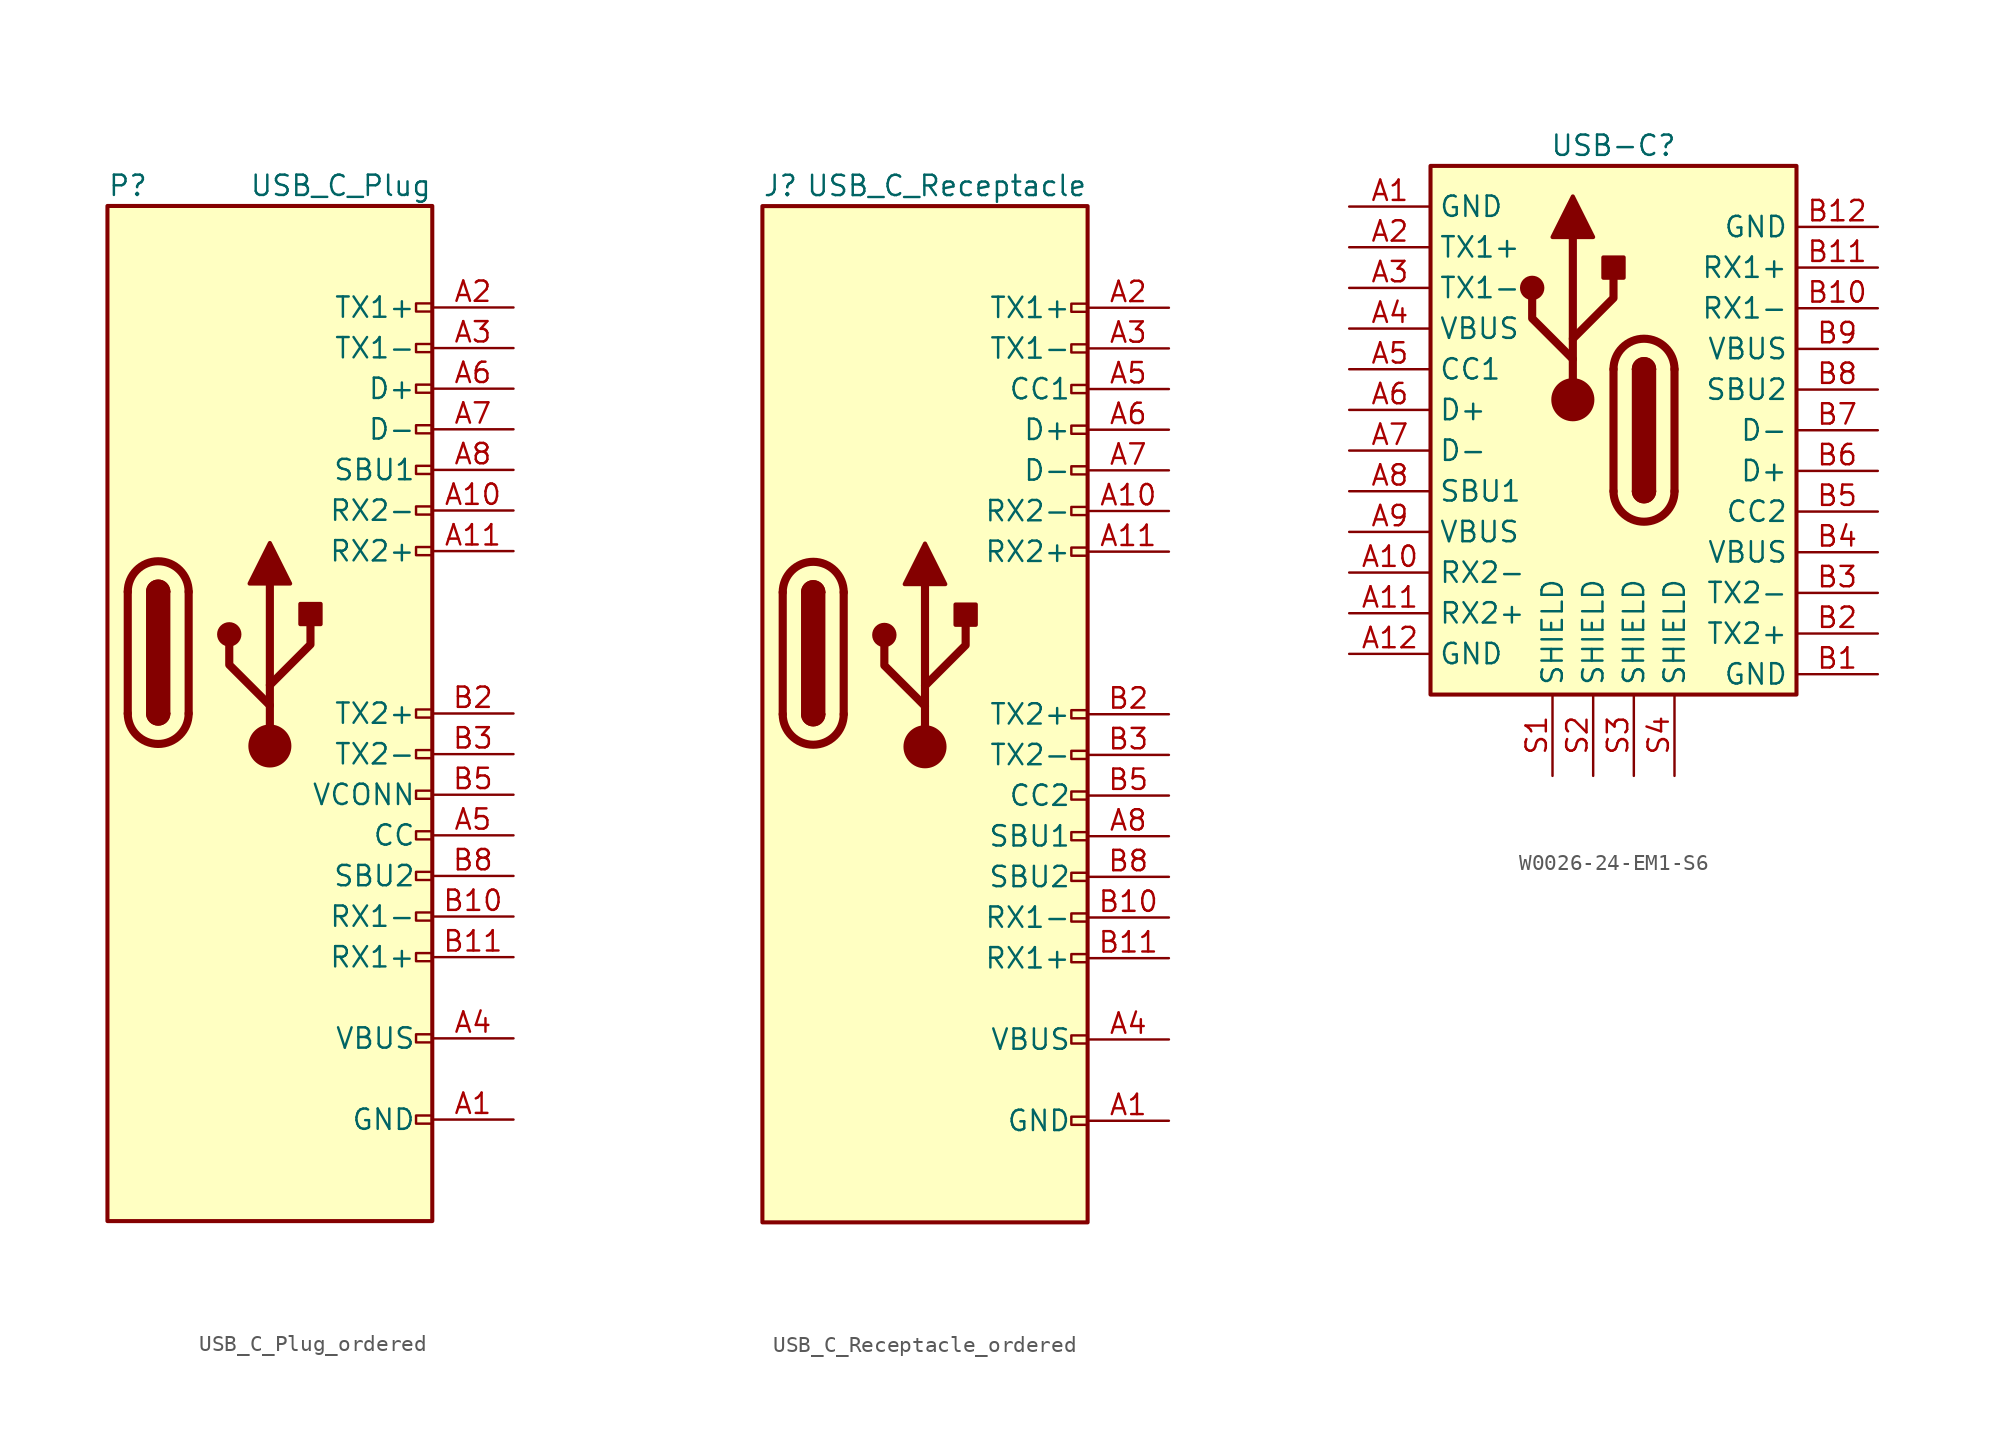
<source format=kicad_sym>
(kicad_symbol_lib
  (version 20220914)
  (generator kicad_symbol_editor)
  (symbol "USB_C_Plug_ordered"
    (pin_names
      (offset 1.016))
    (property "Reference" "P"
      (at -10.16 29.21 0)
      (effects (font (size 1.27 1.27)) (justify left)))
    (property "Value" "USB_C_Plug"
      (at 10.16 29.21 0)
      (effects (font (size 1.27 1.27)) (justify right)))
    (symbol "USB_C_Plug_ordered_0_0"
      (rectangle (start 10.16 -29.464) (end 9.144 -28.956) (stroke (width 0) (type default)) (fill (type none)))
      (rectangle (start 10.16 -23.876) (end 9.144 -24.384) (stroke (width 0) (type default)) (fill (type none)))
      (rectangle (start 10.16 -18.796) (end 9.144 -19.304) (stroke (width 0) (type default)) (fill (type none)))
      (rectangle (start 10.16 -16.256) (end 9.144 -16.764) (stroke (width 0) (type default)) (fill (type none)))
      (rectangle (start 10.16 -13.716) (end 9.144 -14.224) (stroke (width 0) (type default)) (fill (type none)))
      (rectangle (start 10.16 -11.176) (end 9.144 -11.684) (stroke (width 0) (type default)) (fill (type none)))
      (rectangle (start 10.16 -8.636) (end 9.144 -9.144) (stroke (width 0) (type default)) (fill (type none)))
      (rectangle (start 10.16 -6.096) (end 9.144 -6.604) (stroke (width 0) (type default)) (fill (type none)))
      (rectangle (start 10.16 -3.556) (end 9.144 -4.064) (stroke (width 0) (type default)) (fill (type none)))
      (rectangle (start 10.16 6.604) (end 9.144 6.096) (stroke (width 0) (type default)) (fill (type none)))
      (rectangle (start 10.16 9.144) (end 9.144 8.636) (stroke (width 0) (type default)) (fill (type none)))
      (rectangle (start 10.16 11.684) (end 9.144 11.176) (stroke (width 0) (type default)) (fill (type none)))
      (rectangle (start 10.16 14.224) (end 9.144 13.716) (stroke (width 0) (type default)) (fill (type none)))
      (rectangle (start 10.16 16.764) (end 9.144 16.256) (stroke (width 0) (type default)) (fill (type none)))
      (rectangle (start 10.16 19.304) (end 9.144 18.796) (stroke (width 0) (type default)) (fill (type none)))
      (rectangle (start 10.16 21.844) (end 9.144 21.336) (stroke (width 0) (type default)) (fill (type none))))
    (symbol "USB_C_Plug_ordered_0_1"
      (rectangle (start -10.16 27.94) (end 10.16 -35.56) (stroke (width 0.254) (type default)) (fill (type background)))
      (arc (start -8.89 -3.81) (mid -6.985 -5.7067) (end -5.08 -3.81) (stroke (width 0.508) (type default)) (fill (type none)))
      (arc (start -7.62 -3.81) (mid -6.985 -4.4423) (end -6.35 -3.81) (stroke (width 0.254) (type default)) (fill (type none)))
      (arc (start -7.62 -3.81) (mid -6.985 -4.4423) (end -6.35 -3.81) (stroke (width 0.254) (type default)) (fill (type outline)))
      (rectangle (start -7.62 -3.81) (end -6.35 3.81) (stroke (width 0.254) (type default)) (fill (type outline)))
      (arc (start -6.35 3.81) (mid -6.985 4.4423) (end -7.62 3.81) (stroke (width 0.254) (type default)) (fill (type none)))
      (arc (start -6.35 3.81) (mid -6.985 4.4423) (end -7.62 3.81) (stroke (width 0.254) (type default)) (fill (type outline)))
      (arc (start -5.08 3.81) (mid -6.985 5.7067) (end -8.89 3.81) (stroke (width 0.508) (type default)) (fill (type none)))
      (polyline (pts (xy -8.89 -3.81) (xy -8.89 3.81)) (stroke (width 0.508) (type default)) (fill (type none)))
      (polyline (pts (xy -5.08 3.81) (xy -5.08 -3.81)) (stroke (width 0.508) (type default)) (fill (type none))))
    (symbol "USB_C_Plug_ordered_1_1"
      (circle (center -2.54 1.143) (radius 0.635) (stroke (width 0.254) (type default)) (fill (type outline)))
      (circle (center 0 -5.842) (radius 1.27) (stroke (width 0) (type default)) (fill (type outline)))
      (polyline (pts (xy 0 -5.842) (xy 0 4.318)) (stroke (width 0.508) (type default)) (fill (type none)))
      (polyline (pts (xy 0 -3.302) (xy -2.54 -0.762) (xy -2.54 0.508)) (stroke (width 0.508) (type default)) (fill (type none)))
      (polyline (pts (xy 0 -2.032) (xy 2.54 0.508) (xy 2.54 1.778)) (stroke (width 0.508) (type default)) (fill (type none)))
      (polyline (pts (xy -1.27 4.318) (xy 0 6.858) (xy 1.27 4.318) (xy -1.27 4.318)) (stroke (width 0.254) (type default)) (fill (type outline)))
      (rectangle (start 1.905 1.778) (end 3.175 3.048) (stroke (width 0.254) (type default)) (fill (type outline)))
      (pin passive line (at 15.24 -29.21 180) (length 5.08) (name "GND" (effects (font (size 1.27 1.27)))) (number "A1" (effects (font (size 1.27 1.27)))))
      (pin bidirectional line (at 15.24 8.89 180) (length 5.08) (name "RX2-" (effects (font (size 1.27 1.27)))) (number "A10" (effects (font (size 1.27 1.27)))))
      (pin bidirectional line (at 15.24 6.35 180) (length 5.08) (name "RX2+" (effects (font (size 1.27 1.27)))) (number "A11" (effects (font (size 1.27 1.27)))))
      (pin passive line (at 15.24 -29.21 180) (length 5.08) hide (name "GND" (effects (font (size 1.27 1.27)))) (number "A12" (effects (font (size 1.27 1.27)))))
      (pin bidirectional line (at 15.24 21.59 180) (length 5.08) (name "TX1+" (effects (font (size 1.27 1.27)))) (number "A2" (effects (font (size 1.27 1.27)))))
      (pin bidirectional line (at 15.24 19.05 180) (length 5.08) (name "TX1-" (effects (font (size 1.27 1.27)))) (number "A3" (effects (font (size 1.27 1.27)))))
      (pin passive line (at 15.24 -24.13 180) (length 5.08) (name "VBUS" (effects (font (size 1.27 1.27)))) (number "A4" (effects (font (size 1.27 1.27)))))
      (pin bidirectional line (at 15.24 -11.43 180) (length 5.08) (name "CC" (effects (font (size 1.27 1.27)))) (number "A5" (effects (font (size 1.27 1.27)))))
      (pin bidirectional line (at 15.24 16.51 180) (length 5.08) (name "D+" (effects (font (size 1.27 1.27)))) (number "A6" (effects (font (size 1.27 1.27)))))
      (pin bidirectional line (at 15.24 13.97 180) (length 5.08) (name "D-" (effects (font (size 1.27 1.27)))) (number "A7" (effects (font (size 1.27 1.27)))))
      (pin bidirectional line (at 15.24 11.43 180) (length 5.08) (name "SBU1" (effects (font (size 1.27 1.27)))) (number "A8" (effects (font (size 1.27 1.27)))))
      (pin passive line (at 15.24 -24.13 180) (length 5.08) hide (name "VBUS" (effects (font (size 1.27 1.27)))) (number "A9" (effects (font (size 1.27 1.27)))))
      (pin passive line (at 15.24 -29.21 180) (length 5.08) hide (name "GND" (effects (font (size 1.27 1.27)))) (number "B1" (effects (font (size 1.27 1.27)))))
      (pin bidirectional line (at 15.24 -16.51 180) (length 5.08) (name "RX1-" (effects (font (size 1.27 1.27)))) (number "B10" (effects (font (size 1.27 1.27)))))
      (pin bidirectional line (at 15.24 -19.05 180) (length 5.08) (name "RX1+" (effects (font (size 1.27 1.27)))) (number "B11" (effects (font (size 1.27 1.27)))))
      (pin passive line (at 15.24 -29.21 180) (length 5.08) hide (name "GND" (effects (font (size 1.27 1.27)))) (number "B12" (effects (font (size 1.27 1.27)))))
      (pin bidirectional line (at 15.24 -3.81 180) (length 5.08) (name "TX2+" (effects (font (size 1.27 1.27)))) (number "B2" (effects (font (size 1.27 1.27)))))
      (pin bidirectional line (at 15.24 -6.35 180) (length 5.08) (name "TX2-" (effects (font (size 1.27 1.27)))) (number "B3" (effects (font (size 1.27 1.27)))))
      (pin passive line (at 15.24 -24.13 180) (length 5.08) hide (name "VBUS" (effects (font (size 1.27 1.27)))) (number "B4" (effects (font (size 1.27 1.27)))))
      (pin bidirectional line (at 15.24 -8.89 180) (length 5.08) (name "VCONN" (effects (font (size 1.27 1.27)))) (number "B5" (effects (font (size 1.27 1.27)))))
      (pin bidirectional line (at 15.24 -13.97 180) (length 5.08) (name "SBU2" (effects (font (size 1.27 1.27)))) (number "B8" (effects (font (size 1.27 1.27)))))
      (pin passive line (at 15.24 -24.13 180) (length 5.08) hide (name "VBUS" (effects (font (size 1.27 1.27)))) (number "B9" (effects (font (size 1.27 1.27)))))
      (pin passive line (at 15.24 -29.21 180) (length 5.08) hide (name "SHIELD" (effects (font (size 1.27 1.27)))) (number "S1" (effects (font (size 1.27 1.27)))))))
  (symbol "USB_C_Receptacle_ordered"
    (pin_names
      (offset 1.016))
    (property "Reference" "J"
      (at -10.16 29.21 0)
      (effects (font (size 1.27 1.27)) (justify left)))
    (property "Value" "USB_C_Receptacle"
      (at 10.16 29.21 0)
      (effects (font (size 1.27 1.27)) (justify right)))
    (symbol "USB_C_Receptacle_ordered_0_0"
      (rectangle (start 10.16 -29.464) (end 9.144 -28.956) (stroke (width 0) (type default)) (fill (type none)))
      (rectangle (start 10.16 -23.876) (end 9.144 -24.384) (stroke (width 0) (type default)) (fill (type none)))
      (rectangle (start 10.16 -18.796) (end 9.144 -19.304) (stroke (width 0) (type default)) (fill (type none)))
      (rectangle (start 10.16 -16.256) (end 9.144 -16.764) (stroke (width 0) (type default)) (fill (type none)))
      (rectangle (start 10.16 -13.716) (end 9.144 -14.224) (stroke (width 0) (type default)) (fill (type none)))
      (rectangle (start 10.16 -11.176) (end 9.144 -11.684) (stroke (width 0) (type default)) (fill (type none)))
      (rectangle (start 10.16 -8.636) (end 9.144 -9.144) (stroke (width 0) (type default)) (fill (type none)))
      (rectangle (start 10.16 -6.096) (end 9.144 -6.604) (stroke (width 0) (type default)) (fill (type none)))
      (rectangle (start 10.16 -3.556) (end 9.144 -4.064) (stroke (width 0) (type default)) (fill (type none)))
      (rectangle (start 10.16 6.604) (end 9.144 6.096) (stroke (width 0) (type default)) (fill (type none)))
      (rectangle (start 10.16 9.144) (end 9.144 8.636) (stroke (width 0) (type default)) (fill (type none)))
      (rectangle (start 10.16 11.684) (end 9.144 11.176) (stroke (width 0) (type default)) (fill (type none)))
      (rectangle (start 10.16 14.224) (end 9.144 13.716) (stroke (width 0) (type default)) (fill (type none)))
      (rectangle (start 10.16 16.764) (end 9.144 16.256) (stroke (width 0) (type default)) (fill (type none)))
      (rectangle (start 10.16 19.304) (end 9.144 18.796) (stroke (width 0) (type default)) (fill (type none)))
      (rectangle (start 10.16 21.844) (end 9.144 21.336) (stroke (width 0) (type default)) (fill (type none))))
    (symbol "USB_C_Receptacle_ordered_0_1"
      (rectangle (start -10.16 27.94) (end 10.16 -35.56) (stroke (width 0.254) (type default)) (fill (type background)))
      (arc (start -8.89 -3.81) (mid -6.985 -5.7067) (end -5.08 -3.81) (stroke (width 0.508) (type default)) (fill (type none)))
      (arc (start -7.62 -3.81) (mid -6.985 -4.4423) (end -6.35 -3.81) (stroke (width 0.254) (type default)) (fill (type none)))
      (arc (start -7.62 -3.81) (mid -6.985 -4.4423) (end -6.35 -3.81) (stroke (width 0.254) (type default)) (fill (type outline)))
      (rectangle (start -7.62 -3.81) (end -6.35 3.81) (stroke (width 0.254) (type default)) (fill (type outline)))
      (arc (start -6.35 3.81) (mid -6.985 4.4423) (end -7.62 3.81) (stroke (width 0.254) (type default)) (fill (type none)))
      (arc (start -6.35 3.81) (mid -6.985 4.4423) (end -7.62 3.81) (stroke (width 0.254) (type default)) (fill (type outline)))
      (arc (start -5.08 3.81) (mid -6.985 5.7067) (end -8.89 3.81) (stroke (width 0.508) (type default)) (fill (type none)))
      (polyline (pts (xy -8.89 -3.81) (xy -8.89 3.81)) (stroke (width 0.508) (type default)) (fill (type none)))
      (polyline (pts (xy -5.08 3.81) (xy -5.08 -3.81)) (stroke (width 0.508) (type default)) (fill (type none))))
    (symbol "USB_C_Receptacle_ordered_1_1"
      (circle (center -2.54 1.143) (radius 0.635) (stroke (width 0.254) (type default)) (fill (type outline)))
      (circle (center 0 -5.842) (radius 1.27) (stroke (width 0) (type default)) (fill (type outline)))
      (polyline (pts (xy 0 -5.842) (xy 0 4.318)) (stroke (width 0.508) (type default)) (fill (type none)))
      (polyline (pts (xy 0 -3.302) (xy -2.54 -0.762) (xy -2.54 0.508)) (stroke (width 0.508) (type default)) (fill (type none)))
      (polyline (pts (xy 0 -2.032) (xy 2.54 0.508) (xy 2.54 1.778)) (stroke (width 0.508) (type default)) (fill (type none)))
      (polyline (pts (xy -1.27 4.318) (xy 0 6.858) (xy 1.27 4.318) (xy -1.27 4.318)) (stroke (width 0.254) (type default)) (fill (type outline)))
      (rectangle (start 1.905 1.778) (end 3.175 3.048) (stroke (width 0.254) (type default)) (fill (type outline)))
      (pin passive line (at 15.24 -29.21 180) (length 5.08) (name "GND" (effects (font (size 1.27 1.27)))) (number "A1" (effects (font (size 1.27 1.27)))))
      (pin bidirectional line (at 15.24 8.89 180) (length 5.08) (name "RX2-" (effects (font (size 1.27 1.27)))) (number "A10" (effects (font (size 1.27 1.27)))))
      (pin bidirectional line (at 15.24 6.35 180) (length 5.08) (name "RX2+" (effects (font (size 1.27 1.27)))) (number "A11" (effects (font (size 1.27 1.27)))))
      (pin passive line (at 15.24 -29.21 180) (length 5.08) hide (name "GND" (effects (font (size 1.27 1.27)))) (number "A12" (effects (font (size 1.27 1.27)))))
      (pin bidirectional line (at 15.24 21.59 180) (length 5.08) (name "TX1+" (effects (font (size 1.27 1.27)))) (number "A2" (effects (font (size 1.27 1.27)))))
      (pin bidirectional line (at 15.24 19.05 180) (length 5.08) (name "TX1-" (effects (font (size 1.27 1.27)))) (number "A3" (effects (font (size 1.27 1.27)))))
      (pin passive line (at 15.24 -24.13 180) (length 5.08) (name "VBUS" (effects (font (size 1.27 1.27)))) (number "A4" (effects (font (size 1.27 1.27)))))
      (pin bidirectional line (at 15.24 16.51 180) (length 5.08) (name "CC1" (effects (font (size 1.27 1.27)))) (number "A5" (effects (font (size 1.27 1.27)))))
      (pin bidirectional line (at 15.24 13.97 180) (length 5.08) (name "D+" (effects (font (size 1.27 1.27)))) (number "A6" (effects (font (size 1.27 1.27)))))
      (pin bidirectional line (at 15.24 11.43 180) (length 5.08) (name "D-" (effects (font (size 1.27 1.27)))) (number "A7" (effects (font (size 1.27 1.27)))))
      (pin bidirectional line (at 15.24 -11.43 180) (length 5.08) (name "SBU1" (effects (font (size 1.27 1.27)))) (number "A8" (effects (font (size 1.27 1.27)))))
      (pin passive line (at 15.24 -24.13 180) (length 5.08) hide (name "VBUS" (effects (font (size 1.27 1.27)))) (number "A9" (effects (font (size 1.27 1.27)))))
      (pin passive line (at 15.24 -29.21 180) (length 5.08) hide (name "GND" (effects (font (size 1.27 1.27)))) (number "B1" (effects (font (size 1.27 1.27)))))
      (pin bidirectional line (at 15.24 -16.51 180) (length 5.08) (name "RX1-" (effects (font (size 1.27 1.27)))) (number "B10" (effects (font (size 1.27 1.27)))))
      (pin bidirectional line (at 15.24 -19.05 180) (length 5.08) (name "RX1+" (effects (font (size 1.27 1.27)))) (number "B11" (effects (font (size 1.27 1.27)))))
      (pin passive line (at 15.24 -29.21 180) (length 5.08) hide (name "GND" (effects (font (size 1.27 1.27)))) (number "B12" (effects (font (size 1.27 1.27)))))
      (pin bidirectional line (at 15.24 -3.81 180) (length 5.08) (name "TX2+" (effects (font (size 1.27 1.27)))) (number "B2" (effects (font (size 1.27 1.27)))))
      (pin bidirectional line (at 15.24 -6.35 180) (length 5.08) (name "TX2-" (effects (font (size 1.27 1.27)))) (number "B3" (effects (font (size 1.27 1.27)))))
      (pin passive line (at 15.24 -24.13 180) (length 5.08) hide (name "VBUS" (effects (font (size 1.27 1.27)))) (number "B4" (effects (font (size 1.27 1.27)))))
      (pin bidirectional line (at 15.24 -8.89 180) (length 5.08) (name "CC2" (effects (font (size 1.27 1.27)))) (number "B5" (effects (font (size 1.27 1.27)))))
      (pin bidirectional line (at -15.24 -22.86 0) (length 5.08) hide (name "D+" (effects (font (size 1.27 1.27)))) (number "B6" (effects (font (size 1.27 1.27)))))
      (pin bidirectional line (at -15.24 -25.4 0) (length 5.08) hide (name "D-" (effects (font (size 1.27 1.27)))) (number "B7" (effects (font (size 1.27 1.27)))))
      (pin bidirectional line (at 15.24 -13.97 180) (length 5.08) (name "SBU2" (effects (font (size 1.27 1.27)))) (number "B8" (effects (font (size 1.27 1.27)))))
      (pin passive line (at 15.24 -24.13 180) (length 5.08) hide (name "VBUS" (effects (font (size 1.27 1.27)))) (number "B9" (effects (font (size 1.27 1.27)))))
      (pin passive line (at 15.24 -29.21 180) (length 5.08) hide (name "SHIELD" (effects (font (size 1.27 1.27)))) (number "S1" (effects (font (size 1.27 1.27)))))))
  (symbol "W0026-24-EM1-S6"
    (property "Reference" "USB-C"
      (at 0 0 0)
      (effects (font (size 1.27 1.27))))
    (property "Value" ""
      (at 0 0 0)
      (effects (font (size 1.27 1.27))))
    (symbol "W0026-24-EM1-S6_0_1"
      (rectangle (start -11.43 -1.27) (end 11.43 -34.29) (stroke (width 0.254) (type default)) (fill (type background)))
      (circle (center -5.08 -8.89) (radius 0.635) (stroke (width 0.254) (type default)) (fill (type outline)))
      (circle (center -2.54 -15.875) (radius 1.27) (stroke (width 0) (type default)) (fill (type outline)))
      (rectangle (start -0.635 -8.255) (end 0.635 -6.985) (stroke (width 0.254) (type default)) (fill (type outline)))
      (arc (start 0 -21.59) (mid 1.905 -23.4867) (end 3.81 -21.59) (stroke (width 0.508) (type default)) (fill (type none)))
      (polyline (pts (xy -2.54 -15.875) (xy -2.54 -5.715)) (stroke (width 0.508) (type default)) (fill (type none)))
      (polyline (pts (xy 0 -21.59) (xy 0 -13.97)) (stroke (width 0.508) (type default)) (fill (type none)))
      (polyline (pts (xy 3.81 -13.97) (xy 3.81 -21.59)) (stroke (width 0.508) (type default)) (fill (type none)))
      (polyline (pts (xy -2.54 -13.335) (xy -5.08 -10.795) (xy -5.08 -9.525)) (stroke (width 0.508) (type default)) (fill (type none)))
      (polyline (pts (xy -2.54 -12.065) (xy 0 -9.525) (xy 0 -8.255)) (stroke (width 0.508) (type default)) (fill (type none)))
      (polyline (pts (xy -3.81 -5.715) (xy -2.54 -3.175) (xy -1.27 -5.715) (xy -3.81 -5.715)) (stroke (width 0.254) (type default)) (fill (type outline)))
      (arc (start 1.27 -21.59) (mid 1.905 -22.2223) (end 2.54 -21.59) (stroke (width 0.254) (type default)) (fill (type none)))
      (arc (start 1.27 -21.59) (mid 1.905 -22.2223) (end 2.54 -21.59) (stroke (width 0.254) (type default)) (fill (type outline)))
      (rectangle (start 1.27 -13.97) (end 2.54 -21.59) (stroke (width 0.254) (type default)) (fill (type outline)))
      (arc (start 2.54 -13.97) (mid 1.905 -13.3377) (end 1.27 -13.97) (stroke (width 0.254) (type default)) (fill (type none)))
      (arc (start 2.54 -13.97) (mid 1.905 -13.3377) (end 1.27 -13.97) (stroke (width 0.254) (type default)) (fill (type outline)))
      (arc (start 3.81 -13.97) (mid 1.905 -12.0733) (end 0 -13.97) (stroke (width 0.508) (type default)) (fill (type none))))
    (symbol "W0026-24-EM1-S6_1_1"
      (pin power_in line (at -16.51 -3.81 0) (length 5.08) (name "GND" (effects (font (size 1.27 1.27)))) (number "A1" (effects (font (size 1.27 1.27)))))
      (pin bidirectional line (at -16.51 -26.67 0) (length 5.08) (name "RX2-" (effects (font (size 1.27 1.27)))) (number "A10" (effects (font (size 1.27 1.27)))))
      (pin bidirectional line (at -16.51 -29.21 0) (length 5.08) (name "RX2+" (effects (font (size 1.27 1.27)))) (number "A11" (effects (font (size 1.27 1.27)))))
      (pin power_in line (at -16.51 -31.75 0) (length 5.08) (name "GND" (effects (font (size 1.27 1.27)))) (number "A12" (effects (font (size 1.27 1.27)))))
      (pin bidirectional line (at -16.51 -6.35 0) (length 5.08) (name "TX1+" (effects (font (size 1.27 1.27)))) (number "A2" (effects (font (size 1.27 1.27)))))
      (pin bidirectional line (at -16.51 -8.89 0) (length 5.08) (name "TX1-" (effects (font (size 1.27 1.27)))) (number "A3" (effects (font (size 1.27 1.27)))))
      (pin power_in line (at -16.51 -11.43 0) (length 5.08) (name "VBUS" (effects (font (size 1.27 1.27)))) (number "A4" (effects (font (size 1.27 1.27)))))
      (pin bidirectional line (at -16.51 -13.97 0) (length 5.08) (name "CC1" (effects (font (size 1.27 1.27)))) (number "A5" (effects (font (size 1.27 1.27)))))
      (pin bidirectional line (at -16.51 -16.51 0) (length 5.08) (name "D+" (effects (font (size 1.27 1.27)))) (number "A6" (effects (font (size 1.27 1.27)))))
      (pin bidirectional line (at -16.51 -19.05 0) (length 5.08) (name "D-" (effects (font (size 1.27 1.27)))) (number "A7" (effects (font (size 1.27 1.27)))))
      (pin bidirectional line (at -16.51 -21.59 0) (length 5.08) (name "SBU1" (effects (font (size 1.27 1.27)))) (number "A8" (effects (font (size 1.27 1.27)))))
      (pin power_in line (at -16.51 -24.13 0) (length 5.08) (name "VBUS" (effects (font (size 1.27 1.27)))) (number "A9" (effects (font (size 1.27 1.27)))))
      (pin power_in line (at 16.51 -33.02 180) (length 5.08) (name "GND" (effects (font (size 1.27 1.27)))) (number "B1" (effects (font (size 1.27 1.27)))))
      (pin bidirectional line (at 16.51 -10.16 180) (length 5.08) (name "RX1-" (effects (font (size 1.27 1.27)))) (number "B10" (effects (font (size 1.27 1.27)))))
      (pin bidirectional line (at 16.51 -7.62 180) (length 5.08) (name "RX1+" (effects (font (size 1.27 1.27)))) (number "B11" (effects (font (size 1.27 1.27)))))
      (pin power_in line (at 16.51 -5.08 180) (length 5.08) (name "GND" (effects (font (size 1.27 1.27)))) (number "B12" (effects (font (size 1.27 1.27)))))
      (pin bidirectional line (at 16.51 -30.48 180) (length 5.08) (name "TX2+" (effects (font (size 1.27 1.27)))) (number "B2" (effects (font (size 1.27 1.27)))))
      (pin bidirectional line (at 16.51 -27.94 180) (length 5.08) (name "TX2-" (effects (font (size 1.27 1.27)))) (number "B3" (effects (font (size 1.27 1.27)))))
      (pin power_in line (at 16.51 -25.4 180) (length 5.08) (name "VBUS" (effects (font (size 1.27 1.27)))) (number "B4" (effects (font (size 1.27 1.27)))))
      (pin bidirectional line (at 16.51 -22.86 180) (length 5.08) (name "CC2" (effects (font (size 1.27 1.27)))) (number "B5" (effects (font (size 1.27 1.27)))))
      (pin bidirectional line (at 16.51 -20.32 180) (length 5.08) (name "D+" (effects (font (size 1.27 1.27)))) (number "B6" (effects (font (size 1.27 1.27)))))
      (pin bidirectional line (at 16.51 -17.78 180) (length 5.08) (name "D-" (effects (font (size 1.27 1.27)))) (number "B7" (effects (font (size 1.27 1.27)))))
      (pin bidirectional line (at 16.51 -15.24 180) (length 5.08) (name "SBU2" (effects (font (size 1.27 1.27)))) (number "B8" (effects (font (size 1.27 1.27)))))
      (pin power_in line (at 16.51 -12.7 180) (length 5.08) (name "VBUS" (effects (font (size 1.27 1.27)))) (number "B9" (effects (font (size 1.27 1.27)))))
      (pin passive line (at -3.81 -39.37 90) (length 5.08) (name "SHIELD" (effects (font (size 1.27 1.27)))) (number "S1" (effects (font (size 1.27 1.27)))))
      (pin passive line (at -1.27 -39.37 90) (length 5.08) (name "SHIELD" (effects (font (size 1.27 1.27)))) (number "S2" (effects (font (size 1.27 1.27)))))
      (pin passive line (at 1.27 -39.37 90) (length 5.08) (name "SHIELD" (effects (font (size 1.27 1.27)))) (number "S3" (effects (font (size 1.27 1.27)))))
      (pin passive line (at 3.81 -39.37 90) (length 5.08) (name "SHIELD" (effects (font (size 1.27 1.27)))) (number "S4" (effects (font (size 1.27 1.27))))))))
</source>
